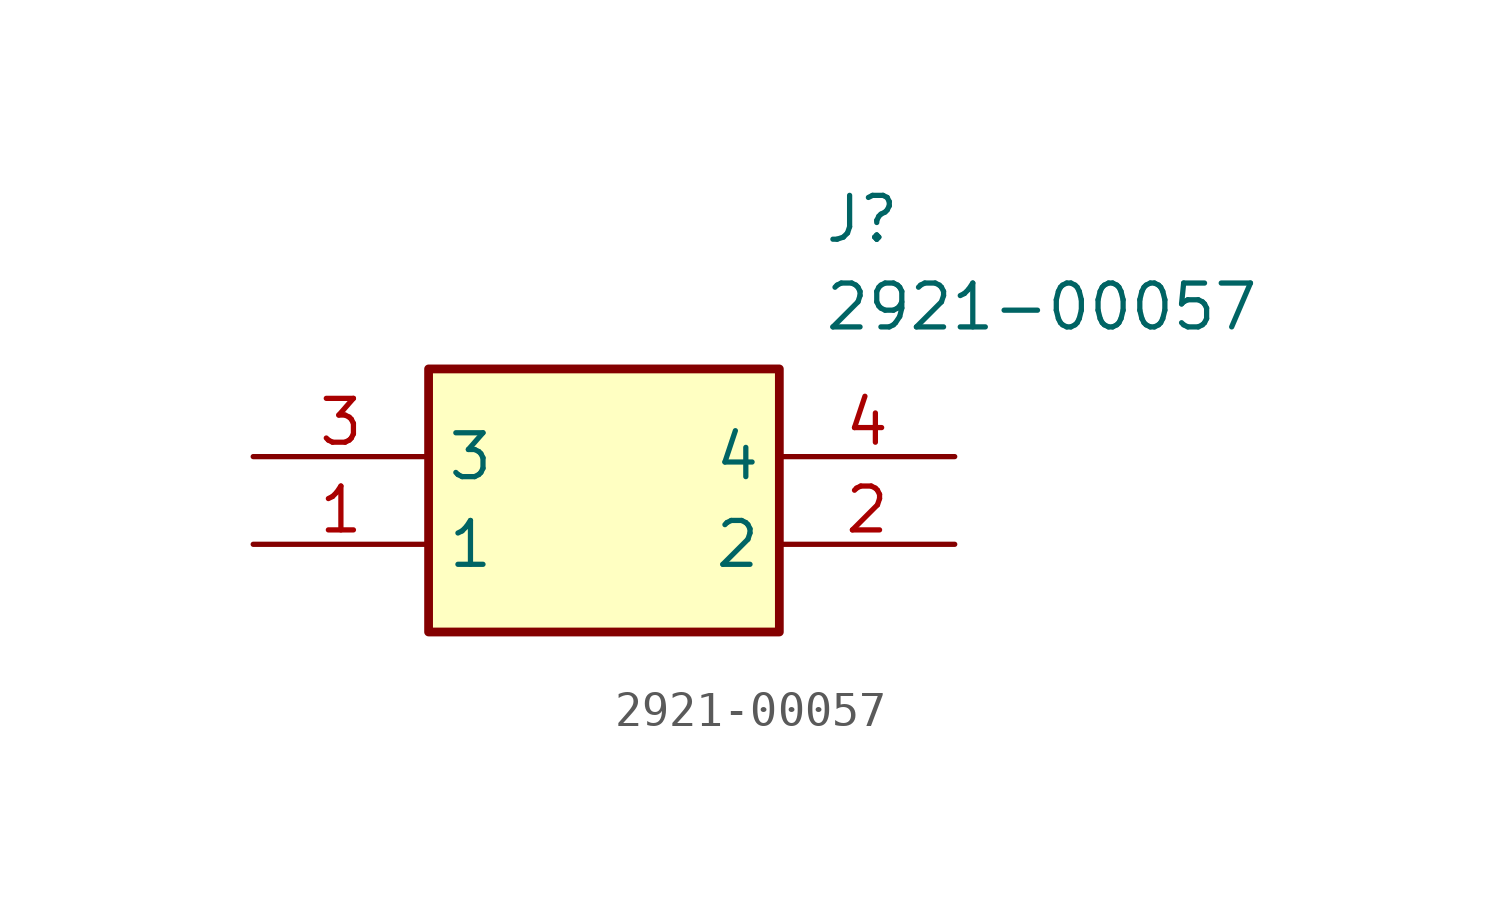
<source format=kicad_sym>
(kicad_symbol_lib
  (version 20211014)
  (generator SamacSys_ECAD_Model)
  (symbol "2921-00057"
    (property "Reference" "J"
      (at 16.51 7.62 0)
      (effects (font (size 1.27 1.27)) (justify left top)))
    (property "Value" "2921-00057"
      (at 16.51 5.08 0)
      (effects (font (size 1.27 1.27)) (justify left top)))
    (rectangle
      (start 5.08 2.54)
      (end 15.24 -5.08)
      (stroke (width 0.254) (type default))
      (fill (type background)))
    (pin passive line
      (at 0 -2.54 0)
      (length 5.08)
      (name "1" (effects (font (size 1.27 1.27))))
      (number "1" (effects (font (size 1.27 1.27)))))
    (pin passive line
      (at 20.32 -2.54 180)
      (length 5.08)
      (name "2" (effects (font (size 1.27 1.27))))
      (number "2" (effects (font (size 1.27 1.27)))))
    (pin passive line
      (at 0 0 0)
      (length 5.08)
      (name "3" (effects (font (size 1.27 1.27))))
      (number "3" (effects (font (size 1.27 1.27)))))
    (pin passive line
      (at 20.32 0 180)
      (length 5.08)
      (name "4" (effects (font (size 1.27 1.27))))
      (number "4" (effects (font (size 1.27 1.27)))))))
</source>
